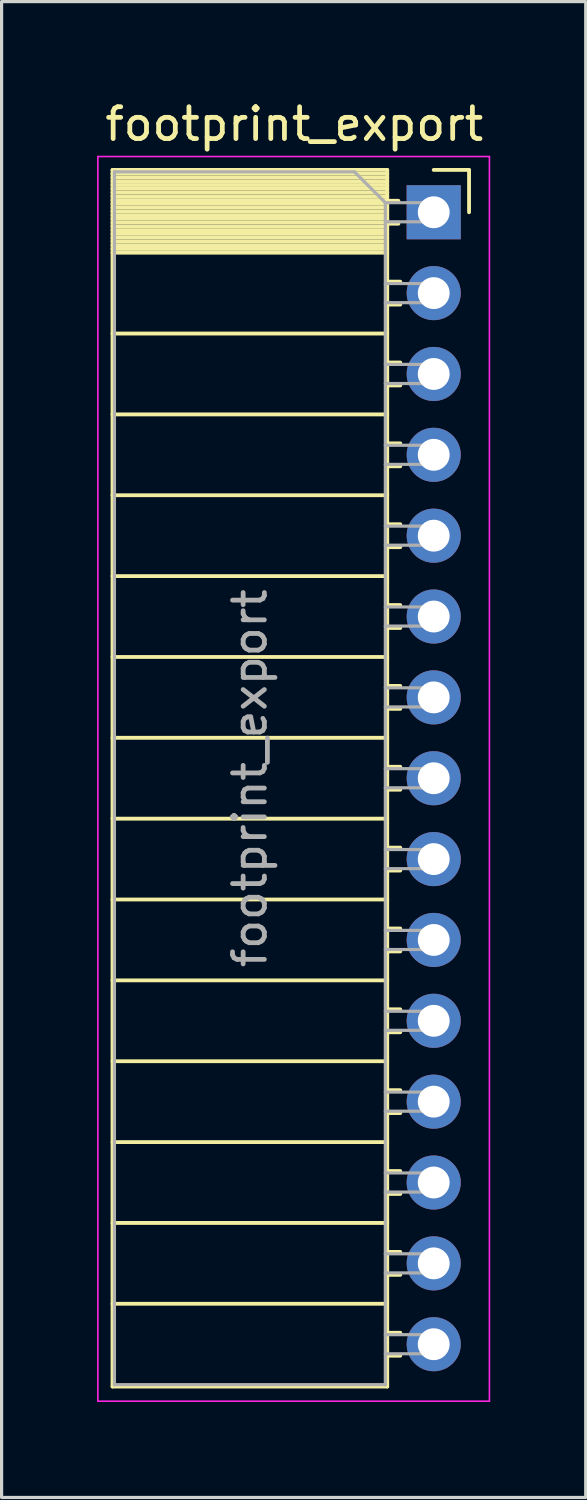
<source format=kicad_pcb>
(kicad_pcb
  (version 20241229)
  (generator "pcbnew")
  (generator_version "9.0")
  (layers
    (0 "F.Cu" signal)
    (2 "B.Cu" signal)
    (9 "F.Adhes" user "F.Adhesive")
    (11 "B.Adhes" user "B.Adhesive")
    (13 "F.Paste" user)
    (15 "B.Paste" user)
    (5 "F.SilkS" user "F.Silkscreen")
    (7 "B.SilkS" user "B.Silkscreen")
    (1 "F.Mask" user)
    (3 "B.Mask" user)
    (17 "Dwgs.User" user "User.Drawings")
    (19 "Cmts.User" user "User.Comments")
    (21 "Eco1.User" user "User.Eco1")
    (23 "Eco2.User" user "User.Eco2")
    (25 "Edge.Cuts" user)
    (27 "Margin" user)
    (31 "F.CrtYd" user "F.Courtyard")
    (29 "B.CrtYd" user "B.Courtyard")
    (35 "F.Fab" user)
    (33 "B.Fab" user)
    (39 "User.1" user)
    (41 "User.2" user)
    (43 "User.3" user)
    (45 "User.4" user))
  (footprint "footprint_export"
    (layer "F.Cu")
    (at 10.575 3.618)
    (property "Reference" "footprint_export" (at -4.38 -2.77 0) (layer "F.SilkS") (effects (font (size 1 1) (thickness 0.15))))
    (attr through_hole)
    (fp_line (start -10.09 -1.33) (end -10.09 36.89) (stroke (width 0.12) (type solid)) (layer "F.SilkS"))
    (fp_line (start -10.09 -1.33) (end -1.46 -1.33) (stroke (width 0.12) (type solid)) (layer "F.SilkS"))
    (fp_line (start -10.09 -1.21) (end -1.46 -1.21) (stroke (width 0.12) (type solid)) (layer "F.SilkS"))
    (fp_line (start -10.09 -1.092) (end -1.46 -1.092) (stroke (width 0.12) (type solid)) (layer "F.SilkS"))
    (fp_line (start -10.09 -0.974) (end -1.46 -0.974) (stroke (width 0.12) (type solid)) (layer "F.SilkS"))
    (fp_line (start -10.09 -0.856) (end -1.46 -0.856) (stroke (width 0.12) (type solid)) (layer "F.SilkS"))
    (fp_line (start -10.09 -0.738) (end -1.46 -0.738) (stroke (width 0.12) (type solid)) (layer "F.SilkS"))
    (fp_line (start -10.09 -0.62) (end -1.46 -0.62) (stroke (width 0.12) (type solid)) (layer "F.SilkS"))
    (fp_line (start -10.09 -0.501) (end -1.46 -0.501) (stroke (width 0.12) (type solid)) (layer "F.SilkS"))
    (fp_line (start -10.09 -0.383) (end -1.46 -0.383) (stroke (width 0.12) (type solid)) (layer "F.SilkS"))
    (fp_line (start -10.09 -0.265) (end -1.46 -0.265) (stroke (width 0.12) (type solid)) (layer "F.SilkS"))
    (fp_line (start -10.09 -0.147) (end -1.46 -0.147) (stroke (width 0.12) (type solid)) (layer "F.SilkS"))
    (fp_line (start -10.09 -0.029) (end -1.46 -0.029) (stroke (width 0.12) (type solid)) (layer "F.SilkS"))
    (fp_line (start -10.09 0.089) (end -1.46 0.089) (stroke (width 0.12) (type solid)) (layer "F.SilkS"))
    (fp_line (start -10.09 0.207) (end -1.46 0.207) (stroke (width 0.12) (type solid)) (layer "F.SilkS"))
    (fp_line (start -10.09 0.325) (end -1.46 0.325) (stroke (width 0.12) (type solid)) (layer "F.SilkS"))
    (fp_line (start -10.09 0.443) (end -1.46 0.443) (stroke (width 0.12) (type solid)) (layer "F.SilkS"))
    (fp_line (start -10.09 0.561) (end -1.46 0.561) (stroke (width 0.12) (type solid)) (layer "F.SilkS"))
    (fp_line (start -10.09 0.68) (end -1.46 0.68) (stroke (width 0.12) (type solid)) (layer "F.SilkS"))
    (fp_line (start -10.09 0.798) (end -1.46 0.798) (stroke (width 0.12) (type solid)) (layer "F.SilkS"))
    (fp_line (start -10.09 0.916) (end -1.46 0.916) (stroke (width 0.12) (type solid)) (layer "F.SilkS"))
    (fp_line (start -10.09 1.034) (end -1.46 1.034) (stroke (width 0.12) (type solid)) (layer "F.SilkS"))
    (fp_line (start -10.09 1.152) (end -1.46 1.152) (stroke (width 0.12) (type solid)) (layer "F.SilkS"))
    (fp_line (start -10.09 1.27) (end -1.46 1.27) (stroke (width 0.12) (type solid)) (layer "F.SilkS"))
    (fp_line (start -10.09 3.81) (end -1.46 3.81) (stroke (width 0.12) (type solid)) (layer "F.SilkS"))
    (fp_line (start -10.09 6.35) (end -1.46 6.35) (stroke (width 0.12) (type solid)) (layer "F.SilkS"))
    (fp_line (start -10.09 8.89) (end -1.46 8.89) (stroke (width 0.12) (type solid)) (layer "F.SilkS"))
    (fp_line (start -10.09 11.43) (end -1.46 11.43) (stroke (width 0.12) (type solid)) (layer "F.SilkS"))
    (fp_line (start -10.09 13.97) (end -1.46 13.97) (stroke (width 0.12) (type solid)) (layer "F.SilkS"))
    (fp_line (start -10.09 16.51) (end -1.46 16.51) (stroke (width 0.12) (type solid)) (layer "F.SilkS"))
    (fp_line (start -10.09 19.05) (end -1.46 19.05) (stroke (width 0.12) (type solid)) (layer "F.SilkS"))
    (fp_line (start -10.09 21.59) (end -1.46 21.59) (stroke (width 0.12) (type solid)) (layer "F.SilkS"))
    (fp_line (start -10.09 24.13) (end -1.46 24.13) (stroke (width 0.12) (type solid)) (layer "F.SilkS"))
    (fp_line (start -10.09 26.67) (end -1.46 26.67) (stroke (width 0.12) (type solid)) (layer "F.SilkS"))
    (fp_line (start -10.09 29.21) (end -1.46 29.21) (stroke (width 0.12) (type solid)) (layer "F.SilkS"))
    (fp_line (start -10.09 31.75) (end -1.46 31.75) (stroke (width 0.12) (type solid)) (layer "F.SilkS"))
    (fp_line (start -10.09 34.29) (end -1.46 34.29) (stroke (width 0.12) (type solid)) (layer "F.SilkS"))
    (fp_line (start -10.09 36.89) (end -1.46 36.89) (stroke (width 0.12) (type solid)) (layer "F.SilkS"))
    (fp_line (start -1.46 -1.33) (end -1.46 36.89) (stroke (width 0.12) (type solid)) (layer "F.SilkS"))
    (fp_line (start -1.46 -0.36) (end -1.11 -0.36) (stroke (width 0.12) (type solid)) (layer "F.SilkS"))
    (fp_line (start -1.46 0.36) (end -1.11 0.36) (stroke (width 0.12) (type solid)) (layer "F.SilkS"))
    (fp_line (start -1.46 2.18) (end -1.05 2.18) (stroke (width 0.12) (type solid)) (layer "F.SilkS"))
    (fp_line (start -1.46 2.9) (end -1.05 2.9) (stroke (width 0.12) (type solid)) (layer "F.SilkS"))
    (fp_line (start -1.46 4.72) (end -1.05 4.72) (stroke (width 0.12) (type solid)) (layer "F.SilkS"))
    (fp_line (start -1.46 5.44) (end -1.05 5.44) (stroke (width 0.12) (type solid)) (layer "F.SilkS"))
    (fp_line (start -1.46 7.26) (end -1.05 7.26) (stroke (width 0.12) (type solid)) (layer "F.SilkS"))
    (fp_line (start -1.46 7.98) (end -1.05 7.98) (stroke (width 0.12) (type solid)) (layer "F.SilkS"))
    (fp_line (start -1.46 9.8) (end -1.05 9.8) (stroke (width 0.12) (type solid)) (layer "F.SilkS"))
    (fp_line (start -1.46 10.52) (end -1.05 10.52) (stroke (width 0.12) (type solid)) (layer "F.SilkS"))
    (fp_line (start -1.46 12.34) (end -1.05 12.34) (stroke (width 0.12) (type solid)) (layer "F.SilkS"))
    (fp_line (start -1.46 13.06) (end -1.05 13.06) (stroke (width 0.12) (type solid)) (layer "F.SilkS"))
    (fp_line (start -1.46 14.88) (end -1.05 14.88) (stroke (width 0.12) (type solid)) (layer "F.SilkS"))
    (fp_line (start -1.46 15.6) (end -1.05 15.6) (stroke (width 0.12) (type solid)) (layer "F.SilkS"))
    (fp_line (start -1.46 17.42) (end -1.05 17.42) (stroke (width 0.12) (type solid)) (layer "F.SilkS"))
    (fp_line (start -1.46 18.14) (end -1.05 18.14) (stroke (width 0.12) (type solid)) (layer "F.SilkS"))
    (fp_line (start -1.46 19.96) (end -1.05 19.96) (stroke (width 0.12) (type solid)) (layer "F.SilkS"))
    (fp_line (start -1.46 20.68) (end -1.05 20.68) (stroke (width 0.12) (type solid)) (layer "F.SilkS"))
    (fp_line (start -1.46 22.5) (end -1.05 22.5) (stroke (width 0.12) (type solid)) (layer "F.SilkS"))
    (fp_line (start -1.46 23.22) (end -1.05 23.22) (stroke (width 0.12) (type solid)) (layer "F.SilkS"))
    (fp_line (start -1.46 25.04) (end -1.05 25.04) (stroke (width 0.12) (type solid)) (layer "F.SilkS"))
    (fp_line (start -1.46 25.76) (end -1.05 25.76) (stroke (width 0.12) (type solid)) (layer "F.SilkS"))
    (fp_line (start -1.46 27.58) (end -1.05 27.58) (stroke (width 0.12) (type solid)) (layer "F.SilkS"))
    (fp_line (start -1.46 28.3) (end -1.05 28.3) (stroke (width 0.12) (type solid)) (layer "F.SilkS"))
    (fp_line (start -1.46 30.12) (end -1.05 30.12) (stroke (width 0.12) (type solid)) (layer "F.SilkS"))
    (fp_line (start -1.46 30.84) (end -1.05 30.84) (stroke (width 0.12) (type solid)) (layer "F.SilkS"))
    (fp_line (start -1.46 32.66) (end -1.05 32.66) (stroke (width 0.12) (type solid)) (layer "F.SilkS"))
    (fp_line (start -1.46 33.38) (end -1.05 33.38) (stroke (width 0.12) (type solid)) (layer "F.SilkS"))
    (fp_line (start -1.46 35.2) (end -1.05 35.2) (stroke (width 0.12) (type solid)) (layer "F.SilkS"))
    (fp_line (start -1.46 35.92) (end -1.05 35.92) (stroke (width 0.12) (type solid)) (layer "F.SilkS"))
    (fp_line (start 0 -1.33) (end 1.11 -1.33) (stroke (width 0.12) (type solid)) (layer "F.SilkS"))
    (fp_line (start 1.11 -1.33) (end 1.11 0) (stroke (width 0.12) (type solid)) (layer "F.SilkS"))
    (fp_line (start -10.55 -1.75) (end -10.55 37.35) (stroke (width 0.05) (type solid)) (layer "F.CrtYd"))
    (fp_line (start -10.55 37.35) (end 1.75 37.35) (stroke (width 0.05) (type solid)) (layer "F.CrtYd"))
    (fp_line (start 1.75 -1.75) (end -10.55 -1.75) (stroke (width 0.05) (type solid)) (layer "F.CrtYd"))
    (fp_line (start 1.75 37.35) (end 1.75 -1.75) (stroke (width 0.05) (type solid)) (layer "F.CrtYd"))
    (fp_line (start -10.03 -1.27) (end -2.49 -1.27) (stroke (width 0.1) (type solid)) (layer "F.Fab"))
    (fp_line (start -10.03 36.83) (end -10.03 -1.27) (stroke (width 0.1) (type solid)) (layer "F.Fab"))
    (fp_line (start -2.49 -1.27) (end -1.52 -0.3) (stroke (width 0.1) (type solid)) (layer "F.Fab"))
    (fp_line (start -1.52 -0.3) (end -1.52 36.83) (stroke (width 0.1) (type solid)) (layer "F.Fab"))
    (fp_line (start -1.52 0.3) (end 0 0.3) (stroke (width 0.1) (type solid)) (layer "F.Fab"))
    (fp_line (start -1.52 2.84) (end 0 2.84) (stroke (width 0.1) (type solid)) (layer "F.Fab"))
    (fp_line (start -1.52 5.38) (end 0 5.38) (stroke (width 0.1) (type solid)) (layer "F.Fab"))
    (fp_line (start -1.52 7.92) (end 0 7.92) (stroke (width 0.1) (type solid)) (layer "F.Fab"))
    (fp_line (start -1.52 10.46) (end 0 10.46) (stroke (width 0.1) (type solid)) (layer "F.Fab"))
    (fp_line (start -1.52 13) (end 0 13) (stroke (width 0.1) (type solid)) (layer "F.Fab"))
    (fp_line (start -1.52 15.54) (end 0 15.54) (stroke (width 0.1) (type solid)) (layer "F.Fab"))
    (fp_line (start -1.52 18.08) (end 0 18.08) (stroke (width 0.1) (type solid)) (layer "F.Fab"))
    (fp_line (start -1.52 20.62) (end 0 20.62) (stroke (width 0.1) (type solid)) (layer "F.Fab"))
    (fp_line (start -1.52 23.16) (end 0 23.16) (stroke (width 0.1) (type solid)) (layer "F.Fab"))
    (fp_line (start -1.52 25.7) (end 0 25.7) (stroke (width 0.1) (type solid)) (layer "F.Fab"))
    (fp_line (start -1.52 28.24) (end 0 28.24) (stroke (width 0.1) (type solid)) (layer "F.Fab"))
    (fp_line (start -1.52 30.78) (end 0 30.78) (stroke (width 0.1) (type solid)) (layer "F.Fab"))
    (fp_line (start -1.52 33.32) (end 0 33.32) (stroke (width 0.1) (type solid)) (layer "F.Fab"))
    (fp_line (start -1.52 35.86) (end 0 35.86) (stroke (width 0.1) (type solid)) (layer "F.Fab"))
    (fp_line (start -1.52 36.83) (end -10.03 36.83) (stroke (width 0.1) (type solid)) (layer "F.Fab"))
    (fp_line (start 0 -0.3) (end -1.52 -0.3) (stroke (width 0.1) (type solid)) (layer "F.Fab"))
    (fp_line (start 0 0.3) (end 0 -0.3) (stroke (width 0.1) (type solid)) (layer "F.Fab"))
    (fp_line (start 0 2.24) (end -1.52 2.24) (stroke (width 0.1) (type solid)) (layer "F.Fab"))
    (fp_line (start 0 2.84) (end 0 2.24) (stroke (width 0.1) (type solid)) (layer "F.Fab"))
    (fp_line (start 0 4.78) (end -1.52 4.78) (stroke (width 0.1) (type solid)) (layer "F.Fab"))
    (fp_line (start 0 5.38) (end 0 4.78) (stroke (width 0.1) (type solid)) (layer "F.Fab"))
    (fp_line (start 0 7.32) (end -1.52 7.32) (stroke (width 0.1) (type solid)) (layer "F.Fab"))
    (fp_line (start 0 7.92) (end 0 7.32) (stroke (width 0.1) (type solid)) (layer "F.Fab"))
    (fp_line (start 0 9.86) (end -1.52 9.86) (stroke (width 0.1) (type solid)) (layer "F.Fab"))
    (fp_line (start 0 10.46) (end 0 9.86) (stroke (width 0.1) (type solid)) (layer "F.Fab"))
    (fp_line (start 0 12.4) (end -1.52 12.4) (stroke (width 0.1) (type solid)) (layer "F.Fab"))
    (fp_line (start 0 13) (end 0 12.4) (stroke (width 0.1) (type solid)) (layer "F.Fab"))
    (fp_line (start 0 14.94) (end -1.52 14.94) (stroke (width 0.1) (type solid)) (layer "F.Fab"))
    (fp_line (start 0 15.54) (end 0 14.94) (stroke (width 0.1) (type solid)) (layer "F.Fab"))
    (fp_line (start 0 17.48) (end -1.52 17.48) (stroke (width 0.1) (type solid)) (layer "F.Fab"))
    (fp_line (start 0 18.08) (end 0 17.48) (stroke (width 0.1) (type solid)) (layer "F.Fab"))
    (fp_line (start 0 20.02) (end -1.52 20.02) (stroke (width 0.1) (type solid)) (layer "F.Fab"))
    (fp_line (start 0 20.62) (end 0 20.02) (stroke (width 0.1) (type solid)) (layer "F.Fab"))
    (fp_line (start 0 22.56) (end -1.52 22.56) (stroke (width 0.1) (type solid)) (layer "F.Fab"))
    (fp_line (start 0 23.16) (end 0 22.56) (stroke (width 0.1) (type solid)) (layer "F.Fab"))
    (fp_line (start 0 25.1) (end -1.52 25.1) (stroke (width 0.1) (type solid)) (layer "F.Fab"))
    (fp_line (start 0 25.7) (end 0 25.1) (stroke (width 0.1) (type solid)) (layer "F.Fab"))
    (fp_line (start 0 27.64) (end -1.52 27.64) (stroke (width 0.1) (type solid)) (layer "F.Fab"))
    (fp_line (start 0 28.24) (end 0 27.64) (stroke (width 0.1) (type solid)) (layer "F.Fab"))
    (fp_line (start 0 30.18) (end -1.52 30.18) (stroke (width 0.1) (type solid)) (layer "F.Fab"))
    (fp_line (start 0 30.78) (end 0 30.18) (stroke (width 0.1) (type solid)) (layer "F.Fab"))
    (fp_line (start 0 32.72) (end -1.52 32.72) (stroke (width 0.1) (type solid)) (layer "F.Fab"))
    (fp_line (start 0 33.32) (end 0 32.72) (stroke (width 0.1) (type solid)) (layer "F.Fab"))
    (fp_line (start 0 35.26) (end -1.52 35.26) (stroke (width 0.1) (type solid)) (layer "F.Fab"))
    (fp_line (start 0 35.86) (end 0 35.26) (stroke (width 0.1) (type solid)) (layer "F.Fab"))
    (fp_text user "${REFERENCE}" (at -5.775 17.78 90) (layer "F.Fab") (effects (font (size 1 1) (thickness 0.15))))
    (pad "1" thru_hole rect (at 0 0) (size 1.7 1.7) (drill 1) (layers "*.Cu" "*.Mask"))
    (pad "2" thru_hole oval (at 0 2.54) (size 1.7 1.7) (drill 1) (layers "*.Cu" "*.Mask"))
    (pad "3" thru_hole oval (at 0 5.08) (size 1.7 1.7) (drill 1) (layers "*.Cu" "*.Mask"))
    (pad "4" thru_hole oval (at 0 7.62) (size 1.7 1.7) (drill 1) (layers "*.Cu" "*.Mask"))
    (pad "5" thru_hole oval (at 0 10.16) (size 1.7 1.7) (drill 1) (layers "*.Cu" "*.Mask"))
    (pad "6" thru_hole oval (at 0 12.7) (size 1.7 1.7) (drill 1) (layers "*.Cu" "*.Mask"))
    (pad "7" thru_hole oval (at 0 15.24) (size 1.7 1.7) (drill 1) (layers "*.Cu" "*.Mask"))
    (pad "8" thru_hole oval (at 0 17.78) (size 1.7 1.7) (drill 1) (layers "*.Cu" "*.Mask"))
    (pad "9" thru_hole oval (at 0 20.32) (size 1.7 1.7) (drill 1) (layers "*.Cu" "*.Mask"))
    (pad "10" thru_hole oval (at 0 22.86) (size 1.7 1.7) (drill 1) (layers "*.Cu" "*.Mask"))
    (pad "11" thru_hole oval (at 0 25.4) (size 1.7 1.7) (drill 1) (layers "*.Cu" "*.Mask"))
    (pad "12" thru_hole oval (at 0 27.94) (size 1.7 1.7) (drill 1) (layers "*.Cu" "*.Mask"))
    (pad "13" thru_hole oval (at 0 30.48) (size 1.7 1.7) (drill 1) (layers "*.Cu" "*.Mask"))
    (pad "14" thru_hole oval (at 0 33.02) (size 1.7 1.7) (drill 1) (layers "*.Cu" "*.Mask"))
    (pad "15" thru_hole oval (at 0 35.56) (size 1.7 1.7) (drill 1) (layers "*.Cu" "*.Mask")))
  (gr_rect
    (start -3 -3)
    (end 15.35 43.993)
    (stroke (width 0.1) (type default))
    (fill no)
    (layer "Edge.Cuts")))
</source>
